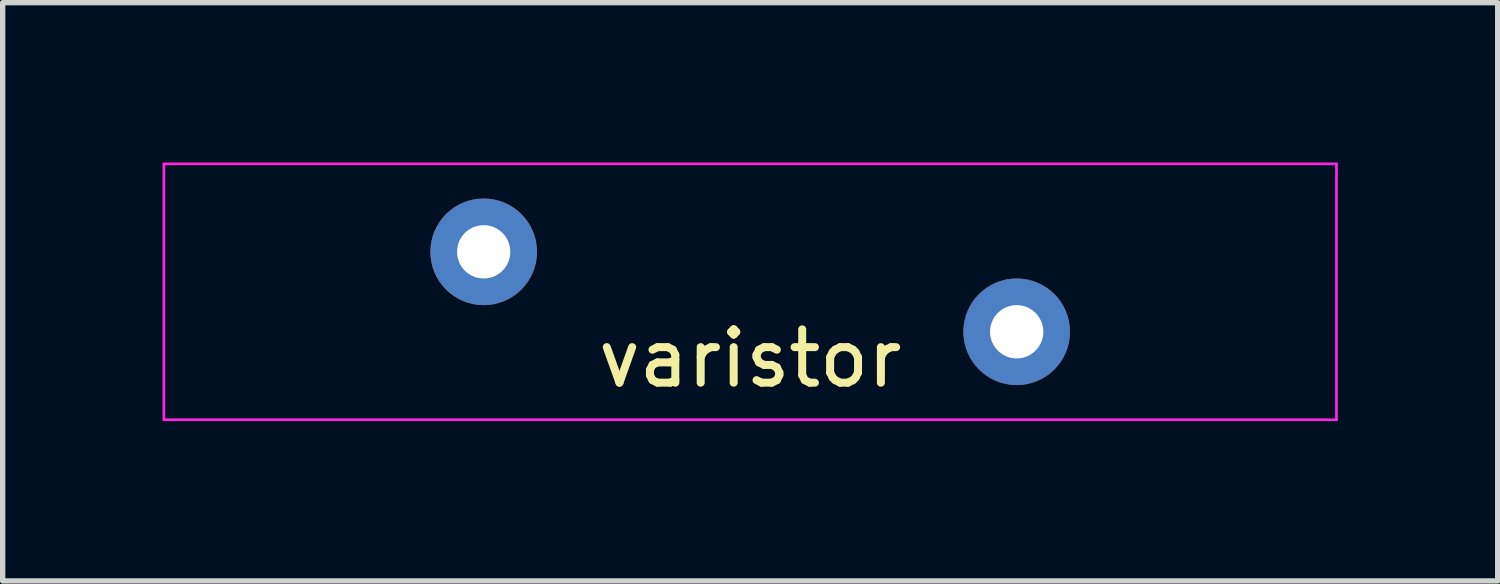
<source format=kicad_pcb>
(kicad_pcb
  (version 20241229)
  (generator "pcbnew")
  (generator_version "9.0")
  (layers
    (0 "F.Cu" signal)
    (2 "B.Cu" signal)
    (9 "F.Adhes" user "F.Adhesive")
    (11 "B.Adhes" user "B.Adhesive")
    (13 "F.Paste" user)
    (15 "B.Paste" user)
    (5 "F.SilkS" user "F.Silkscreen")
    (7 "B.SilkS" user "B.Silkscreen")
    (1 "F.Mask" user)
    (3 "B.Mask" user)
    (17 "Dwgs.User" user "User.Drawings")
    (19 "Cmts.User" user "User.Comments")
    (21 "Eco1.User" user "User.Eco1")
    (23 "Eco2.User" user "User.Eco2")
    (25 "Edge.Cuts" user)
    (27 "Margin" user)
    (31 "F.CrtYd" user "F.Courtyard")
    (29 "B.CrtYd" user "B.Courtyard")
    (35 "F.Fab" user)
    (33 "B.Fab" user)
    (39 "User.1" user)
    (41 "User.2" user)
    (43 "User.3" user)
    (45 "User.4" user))
  (footprint "varistor"
    (layer "F.Cu")
    (at 6.025 1.675)
    (property "Reference" "varistor" (at 5 2 0) (layer "F.SilkS") (effects (font (size 1 1) (thickness 0.15))))
    (attr through_hole)
    (fp_line (start -6 -1.65) (end -6 3.15) (stroke (width 0.05) (type solid)) (layer "F.CrtYd"))
    (fp_line (start -6 -1.65) (end 16 -1.65) (stroke (width 0.05) (type solid)) (layer "F.CrtYd"))
    (fp_line (start -6 3.15) (end 16 3.15) (stroke (width 0.05) (type solid)) (layer "F.CrtYd"))
    (fp_line (start 16 -1.65) (end 16 3.15) (stroke (width 0.05) (type solid)) (layer "F.CrtYd"))
    (pad "1" thru_hole circle (at 0 0) (size 2 2) (drill 1) (layers "*.Cu" "*.Mask"))
    (pad "2" thru_hole circle (at 10 1.5) (size 2 2) (drill 1) (layers "*.Cu" "*.Mask")))
  (gr_rect
    (start -3 -3)
    (end 25.05 7.85)
    (stroke (width 0.1) (type default))
    (fill no)
    (layer "Edge.Cuts")))
</source>
